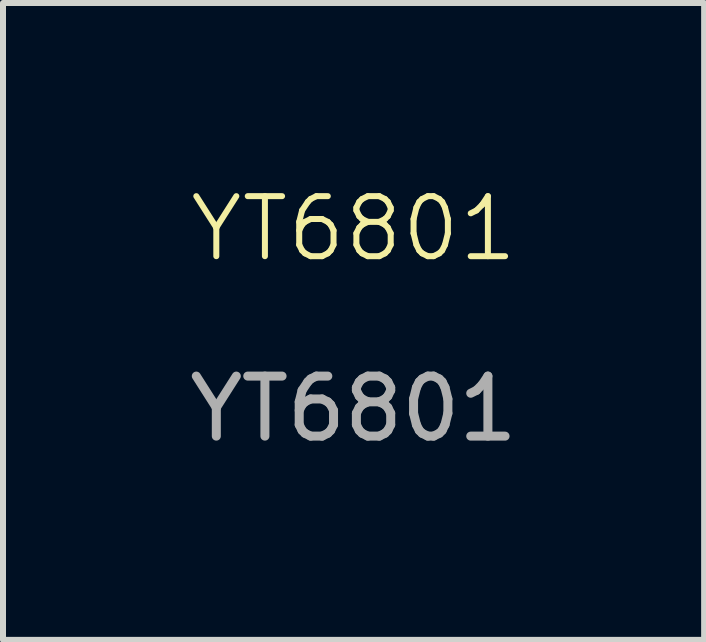
<source format=kicad_pcb>
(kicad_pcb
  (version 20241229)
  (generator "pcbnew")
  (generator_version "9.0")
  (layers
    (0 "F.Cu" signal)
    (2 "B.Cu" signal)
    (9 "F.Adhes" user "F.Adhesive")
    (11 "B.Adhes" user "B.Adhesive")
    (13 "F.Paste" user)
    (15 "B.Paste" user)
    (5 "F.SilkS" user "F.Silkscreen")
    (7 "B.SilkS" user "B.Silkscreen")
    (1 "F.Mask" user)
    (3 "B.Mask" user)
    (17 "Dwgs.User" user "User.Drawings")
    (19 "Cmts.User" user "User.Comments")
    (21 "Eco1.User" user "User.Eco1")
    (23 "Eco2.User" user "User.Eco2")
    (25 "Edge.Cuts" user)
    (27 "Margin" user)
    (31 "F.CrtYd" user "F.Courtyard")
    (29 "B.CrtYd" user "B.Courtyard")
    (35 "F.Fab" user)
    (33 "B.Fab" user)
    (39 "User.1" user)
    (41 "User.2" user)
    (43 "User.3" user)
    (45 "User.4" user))
  (footprint "YT6801"
    (layer "F.Cu")
    (at 2.839 1.26)
    (property "Reference" "YT6801" (at 0 -0.5 0) (unlocked yes) (layer "F.SilkS") (effects (font (size 1 1) (thickness 0.1))))
    (attr smd)
    (fp_text user "${REFERENCE}" (at 0 2.5 0) (unlocked yes) (layer "F.Fab") (effects (font (size 1 1) (thickness 0.15)))))
  (gr_rect
    (start -3 -3)
    (end 8.679 7.609)
    (stroke (width 0.1) (type default))
    (fill no)
    (layer "Edge.Cuts")))
</source>
